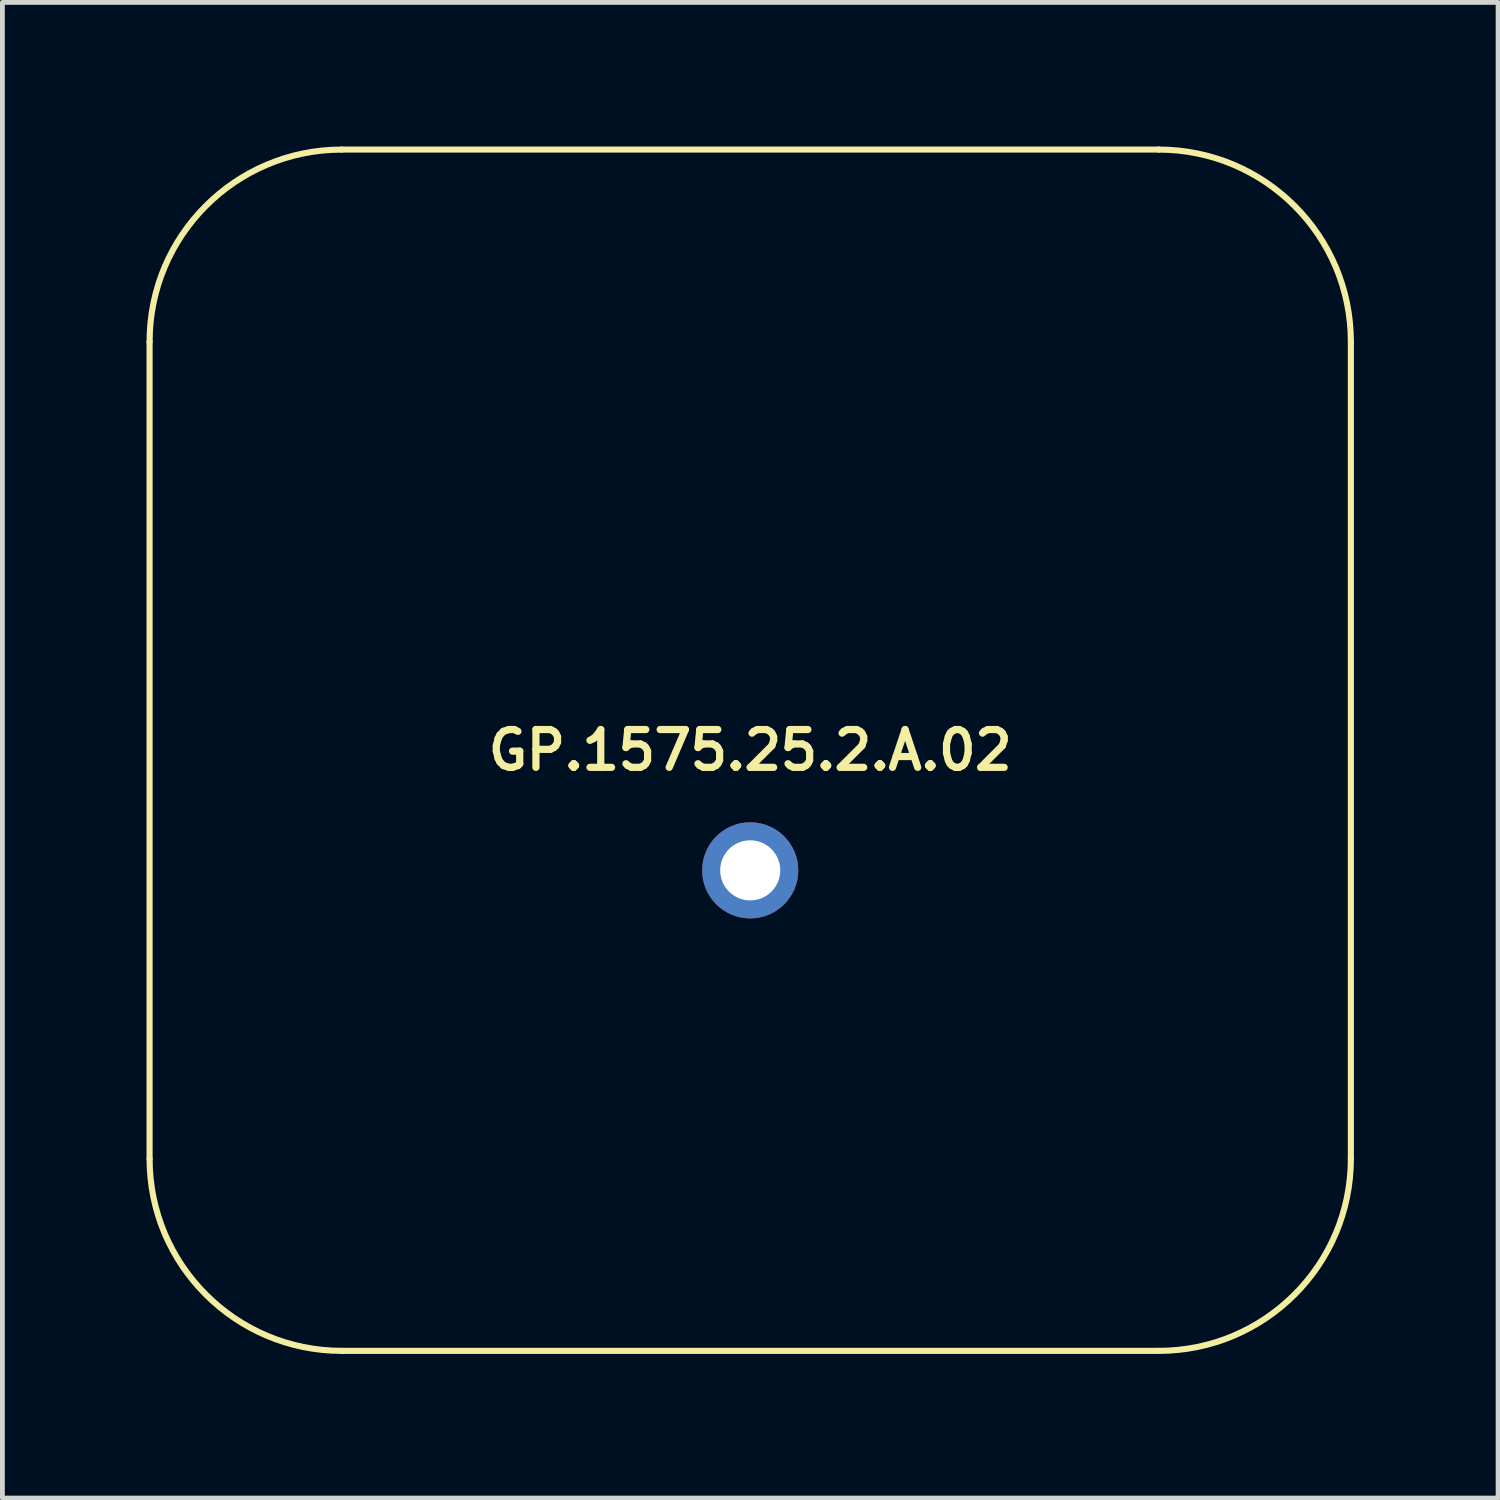
<source format=kicad_pcb>
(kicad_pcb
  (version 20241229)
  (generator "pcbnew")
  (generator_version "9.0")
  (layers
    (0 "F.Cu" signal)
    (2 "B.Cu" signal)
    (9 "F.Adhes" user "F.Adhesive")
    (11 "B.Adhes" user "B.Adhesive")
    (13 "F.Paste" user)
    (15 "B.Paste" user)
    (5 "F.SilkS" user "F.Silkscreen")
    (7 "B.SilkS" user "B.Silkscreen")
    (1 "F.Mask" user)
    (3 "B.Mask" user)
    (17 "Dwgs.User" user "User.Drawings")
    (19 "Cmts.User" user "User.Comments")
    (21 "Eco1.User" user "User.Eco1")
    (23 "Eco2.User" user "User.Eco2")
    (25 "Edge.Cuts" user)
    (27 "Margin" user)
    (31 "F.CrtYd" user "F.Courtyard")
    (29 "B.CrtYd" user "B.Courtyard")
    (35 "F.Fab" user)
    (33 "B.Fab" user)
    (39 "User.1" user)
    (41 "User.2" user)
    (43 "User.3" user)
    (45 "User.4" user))
  (footprint "GP.1575.25.2.A.02"
    (layer "F.Cu")
    (at 12.563 12.563)
    (property "Reference" "GP.1575.25.2.A.02" (at 0 0 0) (layer "F.SilkS") (effects (font (size 0.787 0.787) (thickness 0.15))))
    (attr through_hole)
    (fp_line (start -12.5 -8.5) (end -12.5 8.5) (stroke (width 0.127) (type solid)) (layer "F.SilkS"))
    (fp_line (start -8.5 12.5) (end 8.5 12.5) (stroke (width 0.127) (type solid)) (layer "F.SilkS"))
    (fp_line (start 8.5 -12.5) (end -8.5 -12.5) (stroke (width 0.127) (type solid)) (layer "F.SilkS"))
    (fp_line (start 12.5 8.5) (end 12.5 -8.5) (stroke (width 0.127) (type solid)) (layer "F.SilkS"))
    (fp_arc (start -12.5 -8.5) (mid -11.328427 -11.328427) (end -8.5 -12.5) (stroke (width 0.127) (type solid)) (layer "F.SilkS"))
    (fp_arc (start -8.5 12.5) (mid -11.328427 11.328427) (end -12.5 8.5) (stroke (width 0.127) (type solid)) (layer "F.SilkS"))
    (fp_arc (start 8.5 -12.5) (mid 11.328427 -11.328427) (end 12.5 -8.5) (stroke (width 0.127) (type solid)) (layer "F.SilkS"))
    (fp_arc (start 12.5 8.5) (mid 11.328427 11.328427) (end 8.5 12.5) (stroke (width 0.127) (type solid)) (layer "F.SilkS"))
    (pad "1" thru_hole circle (at 0 2.5) (size 2 2) (drill 1.25) (layers "*.Cu" "*.Mask")))
  (gr_rect
    (start -3 -3)
    (end 28.127 28.127)
    (stroke (width 0.1) (type default))
    (fill no)
    (layer "Edge.Cuts")))
</source>
